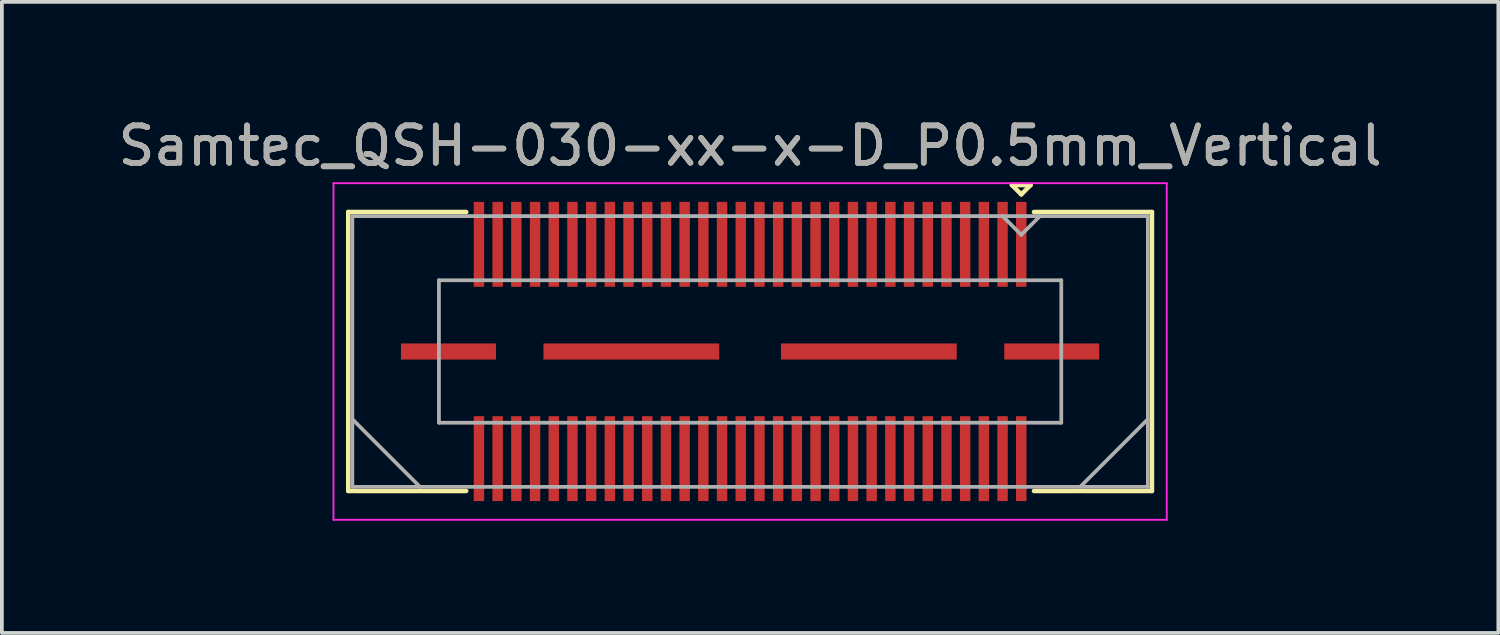
<source format=kicad_pcb>
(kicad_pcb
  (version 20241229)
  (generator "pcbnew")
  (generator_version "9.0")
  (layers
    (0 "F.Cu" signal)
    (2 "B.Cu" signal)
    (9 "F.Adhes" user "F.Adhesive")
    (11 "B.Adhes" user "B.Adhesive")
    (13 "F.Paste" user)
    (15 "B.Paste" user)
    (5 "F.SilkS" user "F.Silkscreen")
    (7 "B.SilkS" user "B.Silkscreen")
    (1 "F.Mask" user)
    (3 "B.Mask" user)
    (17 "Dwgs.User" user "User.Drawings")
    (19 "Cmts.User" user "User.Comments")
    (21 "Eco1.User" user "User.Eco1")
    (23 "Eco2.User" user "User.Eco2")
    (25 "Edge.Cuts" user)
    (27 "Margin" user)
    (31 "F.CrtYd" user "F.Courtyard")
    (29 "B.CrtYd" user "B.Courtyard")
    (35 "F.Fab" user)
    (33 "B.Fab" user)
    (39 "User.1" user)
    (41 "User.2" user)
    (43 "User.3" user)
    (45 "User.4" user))
  (footprint "Samtec_QSH-030-xx-x-D_P0.5mm_Vertical"
    (layer "F.Cu")
    (at 17.006 6.348)
    (property "Reference" "Samtec_QSH-030-xx-x-D_P0.5mm_Vertical" (at 0 -5.5 0) (layer "F.SilkS") (effects (font (size 1 1) (thickness 0.15))))
    (attr smd)
    (fp_line (start -10.745 -3.73) (end -7.59 -3.73) (stroke (width 0.12) (type solid)) (layer "F.SilkS"))
    (fp_line (start -10.745 3.73) (end -10.745 -3.73) (stroke (width 0.12) (type solid)) (layer "F.SilkS"))
    (fp_line (start -7.59 3.73) (end -10.745 3.73) (stroke (width 0.12) (type solid)) (layer "F.SilkS"))
    (fp_line (start 7 -4.45) (end 7.5 -4.45) (stroke (width 0.12) (type solid)) (layer "F.SilkS"))
    (fp_line (start 7.25 -4.2) (end 7 -4.45) (stroke (width 0.12) (type solid)) (layer "F.SilkS"))
    (fp_line (start 7.5 -4.45) (end 7.25 -4.2) (stroke (width 0.12) (type solid)) (layer "F.SilkS"))
    (fp_line (start 7.59 3.73) (end 10.745 3.73) (stroke (width 0.12) (type solid)) (layer "F.SilkS"))
    (fp_line (start 10.745 -3.73) (end 7.59 -3.73) (stroke (width 0.12) (type solid)) (layer "F.SilkS"))
    (fp_line (start 10.745 3.73) (end 10.745 -3.73) (stroke (width 0.12) (type solid)) (layer "F.SilkS"))
    (fp_line (start -11.14 -4.5) (end -11.14 4.5) (stroke (width 0.05) (type solid)) (layer "F.CrtYd"))
    (fp_line (start -11.14 4.5) (end 11.14 4.5) (stroke (width 0.05) (type solid)) (layer "F.CrtYd"))
    (fp_line (start 11.14 -4.5) (end -11.14 -4.5) (stroke (width 0.05) (type solid)) (layer "F.CrtYd"))
    (fp_line (start 11.14 4.5) (end 11.14 -4.5) (stroke (width 0.05) (type solid)) (layer "F.CrtYd"))
    (fp_line (start -10.635 -3.62) (end -10.635 3.62) (stroke (width 0.1) (type solid)) (layer "F.Fab"))
    (fp_line (start -10.635 1.81) (end -8.825 3.62) (stroke (width 0.1) (type solid)) (layer "F.Fab"))
    (fp_line (start -10.635 3.62) (end 10.635 3.62) (stroke (width 0.1) (type solid)) (layer "F.Fab"))
    (fp_line (start -8.32 -1.905) (end -8.32 1.905) (stroke (width 0.1) (type solid)) (layer "F.Fab"))
    (fp_line (start -8.32 1.905) (end 8.32 1.905) (stroke (width 0.1) (type solid)) (layer "F.Fab"))
    (fp_line (start 7.25 -3.12) (end 6.75 -3.62) (stroke (width 0.1) (type solid)) (layer "F.Fab"))
    (fp_line (start 7.75 -3.62) (end 7.25 -3.12) (stroke (width 0.1) (type solid)) (layer "F.Fab"))
    (fp_line (start 8.32 -1.905) (end -8.32 -1.905) (stroke (width 0.1) (type solid)) (layer "F.Fab"))
    (fp_line (start 8.32 1.905) (end 8.32 -1.905) (stroke (width 0.1) (type solid)) (layer "F.Fab"))
    (fp_line (start 10.635 -3.62) (end -10.635 -3.62) (stroke (width 0.1) (type solid)) (layer "F.Fab"))
    (fp_line (start 10.635 1.81) (end 8.825 3.62) (stroke (width 0.1) (type solid)) (layer "F.Fab"))
    (fp_line (start 10.635 3.62) (end 10.635 -3.62) (stroke (width 0.1) (type solid)) (layer "F.Fab"))
    (fp_text user "${REFERENCE}" (at 0 -5.5 0) (layer "F.Fab") (effects (font (size 1 1) (thickness 0.15))))
    (pad "1" smd rect (at 7.25 -2.865) (size 0.279 2.27) (layers "F.Cu" "F.Mask" "F.Paste"))
    (pad "2" smd rect (at 7.25 2.865) (size 0.279 2.27) (layers "F.Cu" "F.Mask" "F.Paste"))
    (pad "3" smd rect (at 6.75 -2.865) (size 0.279 2.27) (layers "F.Cu" "F.Mask" "F.Paste"))
    (pad "4" smd rect (at 6.75 2.865) (size 0.279 2.27) (layers "F.Cu" "F.Mask" "F.Paste"))
    (pad "5" smd rect (at 6.25 -2.865) (size 0.279 2.27) (layers "F.Cu" "F.Mask" "F.Paste"))
    (pad "6" smd rect (at 6.25 2.865) (size 0.279 2.27) (layers "F.Cu" "F.Mask" "F.Paste"))
    (pad "7" smd rect (at 5.75 -2.865) (size 0.279 2.27) (layers "F.Cu" "F.Mask" "F.Paste"))
    (pad "8" smd rect (at 5.75 2.865) (size 0.279 2.27) (layers "F.Cu" "F.Mask" "F.Paste"))
    (pad "9" smd rect (at 5.25 -2.865) (size 0.279 2.27) (layers "F.Cu" "F.Mask" "F.Paste"))
    (pad "10" smd rect (at 5.25 2.865) (size 0.279 2.27) (layers "F.Cu" "F.Mask" "F.Paste"))
    (pad "11" smd rect (at 4.75 -2.865) (size 0.279 2.27) (layers "F.Cu" "F.Mask" "F.Paste"))
    (pad "12" smd rect (at 4.75 2.865) (size 0.279 2.27) (layers "F.Cu" "F.Mask" "F.Paste"))
    (pad "13" smd rect (at 4.25 -2.865) (size 0.279 2.27) (layers "F.Cu" "F.Mask" "F.Paste"))
    (pad "14" smd rect (at 4.25 2.865) (size 0.279 2.27) (layers "F.Cu" "F.Mask" "F.Paste"))
    (pad "15" smd rect (at 3.75 -2.865) (size 0.279 2.27) (layers "F.Cu" "F.Mask" "F.Paste"))
    (pad "16" smd rect (at 3.75 2.865) (size 0.279 2.27) (layers "F.Cu" "F.Mask" "F.Paste"))
    (pad "17" smd rect (at 3.25 -2.865) (size 0.279 2.27) (layers "F.Cu" "F.Mask" "F.Paste"))
    (pad "18" smd rect (at 3.25 2.865) (size 0.279 2.27) (layers "F.Cu" "F.Mask" "F.Paste"))
    (pad "19" smd rect (at 2.75 -2.865) (size 0.279 2.27) (layers "F.Cu" "F.Mask" "F.Paste"))
    (pad "20" smd rect (at 2.75 2.865) (size 0.279 2.27) (layers "F.Cu" "F.Mask" "F.Paste"))
    (pad "21" smd rect (at 2.25 -2.865) (size 0.279 2.27) (layers "F.Cu" "F.Mask" "F.Paste"))
    (pad "22" smd rect (at 2.25 2.865) (size 0.279 2.27) (layers "F.Cu" "F.Mask" "F.Paste"))
    (pad "23" smd rect (at 1.75 -2.865) (size 0.279 2.27) (layers "F.Cu" "F.Mask" "F.Paste"))
    (pad "24" smd rect (at 1.75 2.865) (size 0.279 2.27) (layers "F.Cu" "F.Mask" "F.Paste"))
    (pad "25" smd rect (at 1.25 -2.865) (size 0.279 2.27) (layers "F.Cu" "F.Mask" "F.Paste"))
    (pad "26" smd rect (at 1.25 2.865) (size 0.279 2.27) (layers "F.Cu" "F.Mask" "F.Paste"))
    (pad "27" smd rect (at 0.75 -2.865) (size 0.279 2.27) (layers "F.Cu" "F.Mask" "F.Paste"))
    (pad "28" smd rect (at 0.75 2.865) (size 0.279 2.27) (layers "F.Cu" "F.Mask" "F.Paste"))
    (pad "29" smd rect (at 0.25 -2.865) (size 0.279 2.27) (layers "F.Cu" "F.Mask" "F.Paste"))
    (pad "30" smd rect (at 0.25 2.865) (size 0.279 2.27) (layers "F.Cu" "F.Mask" "F.Paste"))
    (pad "31" smd rect (at -0.25 -2.865) (size 0.279 2.27) (layers "F.Cu" "F.Mask" "F.Paste"))
    (pad "32" smd rect (at -0.25 2.865) (size 0.279 2.27) (layers "F.Cu" "F.Mask" "F.Paste"))
    (pad "33" smd rect (at -0.75 -2.865) (size 0.279 2.27) (layers "F.Cu" "F.Mask" "F.Paste"))
    (pad "34" smd rect (at -0.75 2.865) (size 0.279 2.27) (layers "F.Cu" "F.Mask" "F.Paste"))
    (pad "35" smd rect (at -1.25 -2.865) (size 0.279 2.27) (layers "F.Cu" "F.Mask" "F.Paste"))
    (pad "36" smd rect (at -1.25 2.865) (size 0.279 2.27) (layers "F.Cu" "F.Mask" "F.Paste"))
    (pad "37" smd rect (at -1.75 -2.865) (size 0.279 2.27) (layers "F.Cu" "F.Mask" "F.Paste"))
    (pad "38" smd rect (at -1.75 2.865) (size 0.279 2.27) (layers "F.Cu" "F.Mask" "F.Paste"))
    (pad "39" smd rect (at -2.25 -2.865) (size 0.279 2.27) (layers "F.Cu" "F.Mask" "F.Paste"))
    (pad "40" smd rect (at -2.25 2.865) (size 0.279 2.27) (layers "F.Cu" "F.Mask" "F.Paste"))
    (pad "41" smd rect (at -2.75 -2.865) (size 0.279 2.27) (layers "F.Cu" "F.Mask" "F.Paste"))
    (pad "42" smd rect (at -2.75 2.865) (size 0.279 2.27) (layers "F.Cu" "F.Mask" "F.Paste"))
    (pad "43" smd rect (at -3.25 -2.865) (size 0.279 2.27) (layers "F.Cu" "F.Mask" "F.Paste"))
    (pad "44" smd rect (at -3.25 2.865) (size 0.279 2.27) (layers "F.Cu" "F.Mask" "F.Paste"))
    (pad "45" smd rect (at -3.75 -2.865) (size 0.279 2.27) (layers "F.Cu" "F.Mask" "F.Paste"))
    (pad "46" smd rect (at -3.75 2.865) (size 0.279 2.27) (layers "F.Cu" "F.Mask" "F.Paste"))
    (pad "47" smd rect (at -4.25 -2.865) (size 0.279 2.27) (layers "F.Cu" "F.Mask" "F.Paste"))
    (pad "48" smd rect (at -4.25 2.865) (size 0.279 2.27) (layers "F.Cu" "F.Mask" "F.Paste"))
    (pad "49" smd rect (at -4.75 -2.865) (size 0.279 2.27) (layers "F.Cu" "F.Mask" "F.Paste"))
    (pad "50" smd rect (at -4.75 2.865) (size 0.279 2.27) (layers "F.Cu" "F.Mask" "F.Paste"))
    (pad "51" smd rect (at -5.25 -2.865) (size 0.279 2.27) (layers "F.Cu" "F.Mask" "F.Paste"))
    (pad "52" smd rect (at -5.25 2.865) (size 0.279 2.27) (layers "F.Cu" "F.Mask" "F.Paste"))
    (pad "53" smd rect (at -5.75 -2.865) (size 0.279 2.27) (layers "F.Cu" "F.Mask" "F.Paste"))
    (pad "54" smd rect (at -5.75 2.865) (size 0.279 2.27) (layers "F.Cu" "F.Mask" "F.Paste"))
    (pad "55" smd rect (at -6.25 -2.865) (size 0.279 2.27) (layers "F.Cu" "F.Mask" "F.Paste"))
    (pad "56" smd rect (at -6.25 2.865) (size 0.279 2.27) (layers "F.Cu" "F.Mask" "F.Paste"))
    (pad "57" smd rect (at -6.75 -2.865) (size 0.279 2.27) (layers "F.Cu" "F.Mask" "F.Paste"))
    (pad "58" smd rect (at -6.75 2.865) (size 0.279 2.27) (layers "F.Cu" "F.Mask" "F.Paste"))
    (pad "59" smd rect (at -7.25 -2.865) (size 0.279 2.27) (layers "F.Cu" "F.Mask" "F.Paste"))
    (pad "60" smd rect (at -7.25 2.865) (size 0.279 2.27) (layers "F.Cu" "F.Mask" "F.Paste"))
    (pad "P1" smd rect (at -8.065 0) (size 2.54 0.43) (layers "F.Cu" "F.Mask" "F.Paste"))
    (pad "P1" smd rect (at -3.175 0) (size 4.7 0.43) (layers "F.Cu" "F.Mask" "F.Paste"))
    (pad "P1" smd rect (at 3.175 0) (size 4.7 0.43) (layers "F.Cu" "F.Mask" "F.Paste"))
    (pad "P1" smd rect (at 8.065 0) (size 2.54 0.43) (layers "F.Cu" "F.Mask" "F.Paste")))
  (gr_rect
    (start -3 -3)
    (end 37.012 13.873)
    (stroke (width 0.1) (type default))
    (fill no)
    (layer "Edge.Cuts")))
</source>
